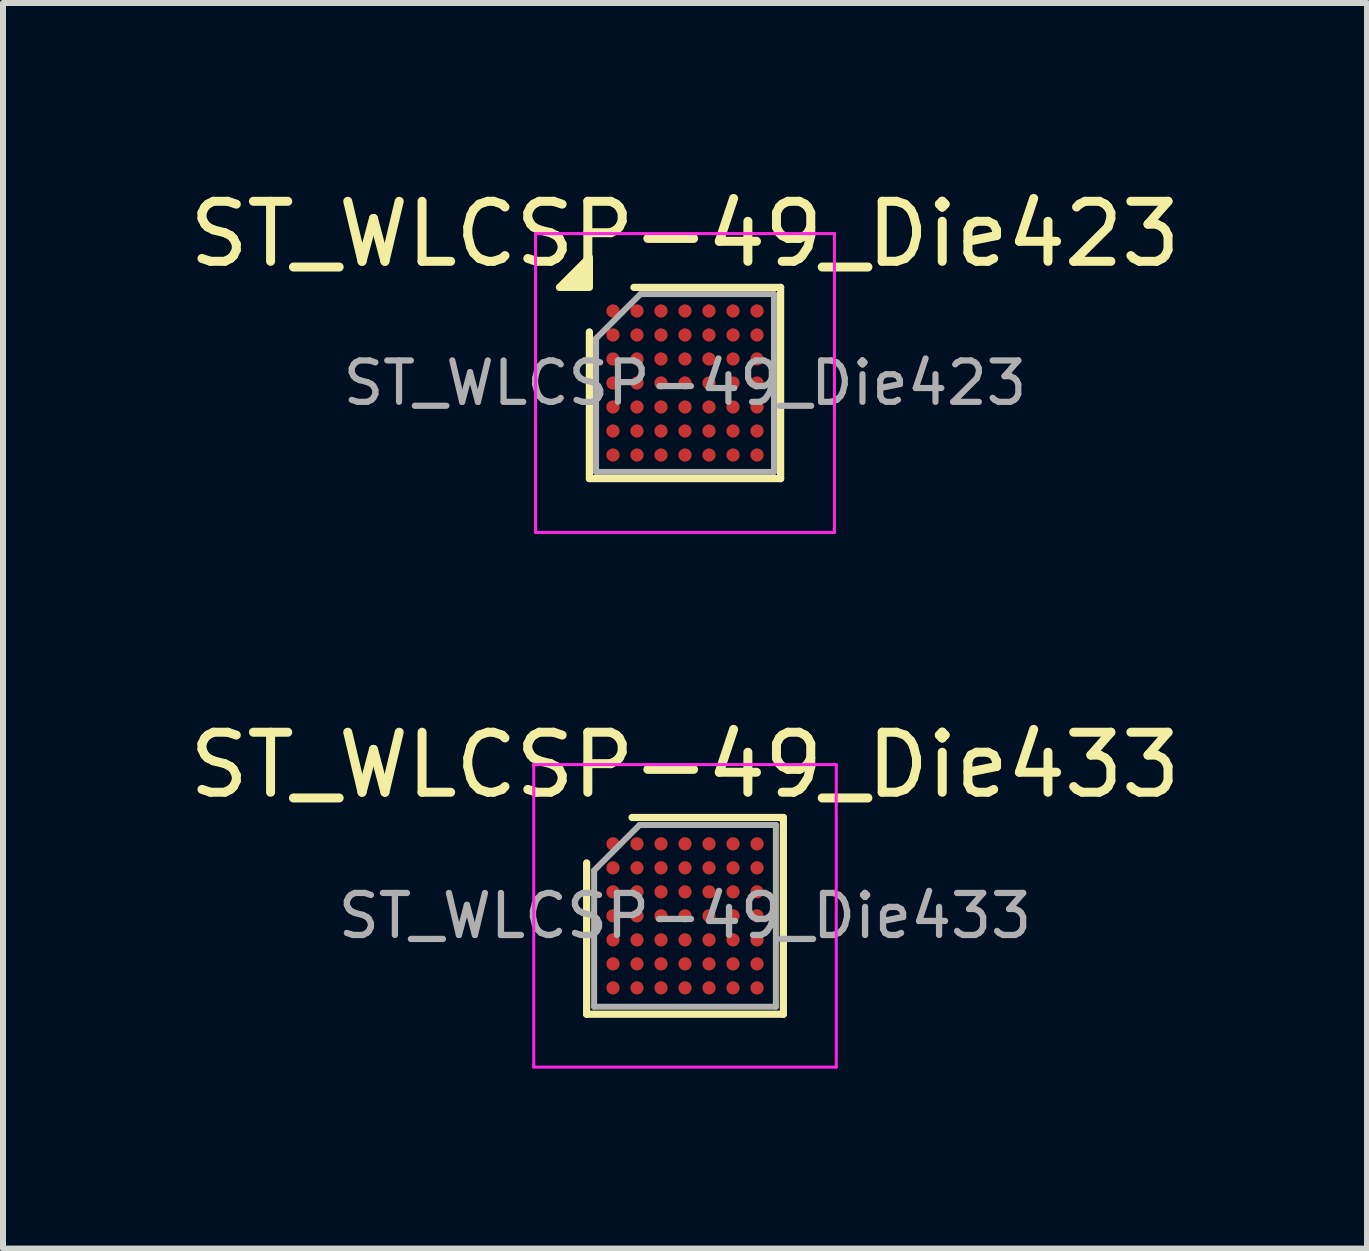
<source format=kicad_pcb>
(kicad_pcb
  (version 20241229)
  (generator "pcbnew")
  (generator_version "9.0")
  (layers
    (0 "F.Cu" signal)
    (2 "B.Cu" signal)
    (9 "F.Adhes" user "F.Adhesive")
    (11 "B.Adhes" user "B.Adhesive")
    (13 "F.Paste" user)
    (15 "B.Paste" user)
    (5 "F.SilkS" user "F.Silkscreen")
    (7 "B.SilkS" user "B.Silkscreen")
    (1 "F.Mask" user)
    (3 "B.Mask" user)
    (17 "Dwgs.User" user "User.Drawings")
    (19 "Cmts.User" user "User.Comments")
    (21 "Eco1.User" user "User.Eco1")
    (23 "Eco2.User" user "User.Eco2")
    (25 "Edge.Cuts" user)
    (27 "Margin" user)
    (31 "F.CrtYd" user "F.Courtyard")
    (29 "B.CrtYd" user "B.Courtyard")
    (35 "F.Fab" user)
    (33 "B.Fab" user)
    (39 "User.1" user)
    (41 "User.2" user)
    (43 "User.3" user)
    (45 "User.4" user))
  (footprint "ST_WLCSP-49_Die433"
    (layer "F.Cu")
    (at 8.363 12.209)
    (property "Reference" "ST_WLCSP-49_Die433" (at 0 -2.514 0) (layer "F.SilkS") (effects (font (size 1 1) (thickness 0.15))))
    (attr smd)
    (fp_line (start -1.639 1.639) (end -1.639 -0.882) (stroke (width 0.12) (type solid)) (layer "F.SilkS"))
    (fp_line (start -0.882 -1.639) (end 1.639 -1.639) (stroke (width 0.12) (type solid)) (layer "F.SilkS"))
    (fp_line (start 1.639 -1.639) (end 1.639 1.639) (stroke (width 0.12) (type solid)) (layer "F.SilkS"))
    (fp_line (start 1.639 1.639) (end -1.639 1.639) (stroke (width 0.12) (type solid)) (layer "F.SilkS"))
    (fp_line (start -2.52 -2.52) (end -2.52 2.52) (stroke (width 0.05) (type solid)) (layer "F.CrtYd"))
    (fp_line (start -2.52 2.52) (end 2.52 2.52) (stroke (width 0.05) (type solid)) (layer "F.CrtYd"))
    (fp_line (start 2.52 -2.52) (end -2.52 -2.52) (stroke (width 0.05) (type solid)) (layer "F.CrtYd"))
    (fp_line (start 2.52 2.52) (end 2.52 -2.52) (stroke (width 0.05) (type solid)) (layer "F.CrtYd"))
    (fp_line (start -1.514 -0.757) (end -0.757 -1.514) (stroke (width 0.1) (type solid)) (layer "F.Fab"))
    (fp_line (start -1.514 1.514) (end -1.514 -0.757) (stroke (width 0.1) (type solid)) (layer "F.Fab"))
    (fp_line (start -0.757 -1.514) (end 1.514 -1.514) (stroke (width 0.1) (type solid)) (layer "F.Fab"))
    (fp_line (start 1.514 -1.514) (end 1.514 1.514) (stroke (width 0.1) (type solid)) (layer "F.Fab"))
    (fp_line (start 1.514 1.514) (end -1.514 1.514) (stroke (width 0.1) (type solid)) (layer "F.Fab"))
    (fp_text user "${REFERENCE}" (at 0 0 0) (layer "F.Fab") (effects (font (size 0.7 0.7) (thickness 0.105))))
    (pad "A1" smd circle (at -1.2 -1.2) (size 0.22 0.22) (layers "F.Cu" "F.Mask" "F.Paste"))
    (pad "A2" smd circle (at -0.8 -1.2) (size 0.22 0.22) (layers "F.Cu" "F.Mask" "F.Paste"))
    (pad "A3" smd circle (at -0.4 -1.2) (size 0.22 0.22) (layers "F.Cu" "F.Mask" "F.Paste"))
    (pad "A4" smd circle (at 0 -1.2) (size 0.22 0.22) (layers "F.Cu" "F.Mask" "F.Paste"))
    (pad "A5" smd circle (at 0.4 -1.2) (size 0.22 0.22) (layers "F.Cu" "F.Mask" "F.Paste"))
    (pad "A6" smd circle (at 0.8 -1.2) (size 0.22 0.22) (layers "F.Cu" "F.Mask" "F.Paste"))
    (pad "A7" smd circle (at 1.2 -1.2) (size 0.22 0.22) (layers "F.Cu" "F.Mask" "F.Paste"))
    (pad "B1" smd circle (at -1.2 -0.8) (size 0.22 0.22) (layers "F.Cu" "F.Mask" "F.Paste"))
    (pad "B2" smd circle (at -0.8 -0.8) (size 0.22 0.22) (layers "F.Cu" "F.Mask" "F.Paste"))
    (pad "B3" smd circle (at -0.4 -0.8) (size 0.22 0.22) (layers "F.Cu" "F.Mask" "F.Paste"))
    (pad "B4" smd circle (at 0 -0.8) (size 0.22 0.22) (layers "F.Cu" "F.Mask" "F.Paste"))
    (pad "B5" smd circle (at 0.4 -0.8) (size 0.22 0.22) (layers "F.Cu" "F.Mask" "F.Paste"))
    (pad "B6" smd circle (at 0.8 -0.8) (size 0.22 0.22) (layers "F.Cu" "F.Mask" "F.Paste"))
    (pad "B7" smd circle (at 1.2 -0.8) (size 0.22 0.22) (layers "F.Cu" "F.Mask" "F.Paste"))
    (pad "C1" smd circle (at -1.2 -0.4) (size 0.22 0.22) (layers "F.Cu" "F.Mask" "F.Paste"))
    (pad "C2" smd circle (at -0.8 -0.4) (size 0.22 0.22) (layers "F.Cu" "F.Mask" "F.Paste"))
    (pad "C3" smd circle (at -0.4 -0.4) (size 0.22 0.22) (layers "F.Cu" "F.Mask" "F.Paste"))
    (pad "C4" smd circle (at 0 -0.4) (size 0.22 0.22) (layers "F.Cu" "F.Mask" "F.Paste"))
    (pad "C5" smd circle (at 0.4 -0.4) (size 0.22 0.22) (layers "F.Cu" "F.Mask" "F.Paste"))
    (pad "C6" smd circle (at 0.8 -0.4) (size 0.22 0.22) (layers "F.Cu" "F.Mask" "F.Paste"))
    (pad "C7" smd circle (at 1.2 -0.4) (size 0.22 0.22) (layers "F.Cu" "F.Mask" "F.Paste"))
    (pad "D1" smd circle (at -1.2 0) (size 0.22 0.22) (layers "F.Cu" "F.Mask" "F.Paste"))
    (pad "D2" smd circle (at -0.8 0) (size 0.22 0.22) (layers "F.Cu" "F.Mask" "F.Paste"))
    (pad "D3" smd circle (at -0.4 0) (size 0.22 0.22) (layers "F.Cu" "F.Mask" "F.Paste"))
    (pad "D4" smd circle (at 0 0) (size 0.22 0.22) (layers "F.Cu" "F.Mask" "F.Paste"))
    (pad "D5" smd circle (at 0.4 0) (size 0.22 0.22) (layers "F.Cu" "F.Mask" "F.Paste"))
    (pad "D6" smd circle (at 0.8 0) (size 0.22 0.22) (layers "F.Cu" "F.Mask" "F.Paste"))
    (pad "D7" smd circle (at 1.2 0) (size 0.22 0.22) (layers "F.Cu" "F.Mask" "F.Paste"))
    (pad "E1" smd circle (at -1.2 0.4) (size 0.22 0.22) (layers "F.Cu" "F.Mask" "F.Paste"))
    (pad "E2" smd circle (at -0.8 0.4) (size 0.22 0.22) (layers "F.Cu" "F.Mask" "F.Paste"))
    (pad "E3" smd circle (at -0.4 0.4) (size 0.22 0.22) (layers "F.Cu" "F.Mask" "F.Paste"))
    (pad "E4" smd circle (at 0 0.4) (size 0.22 0.22) (layers "F.Cu" "F.Mask" "F.Paste"))
    (pad "E5" smd circle (at 0.4 0.4) (size 0.22 0.22) (layers "F.Cu" "F.Mask" "F.Paste"))
    (pad "E6" smd circle (at 0.8 0.4) (size 0.22 0.22) (layers "F.Cu" "F.Mask" "F.Paste"))
    (pad "E7" smd circle (at 1.2 0.4) (size 0.22 0.22) (layers "F.Cu" "F.Mask" "F.Paste"))
    (pad "F1" smd circle (at -1.2 0.8) (size 0.22 0.22) (layers "F.Cu" "F.Mask" "F.Paste"))
    (pad "F2" smd circle (at -0.8 0.8) (size 0.22 0.22) (layers "F.Cu" "F.Mask" "F.Paste"))
    (pad "F3" smd circle (at -0.4 0.8) (size 0.22 0.22) (layers "F.Cu" "F.Mask" "F.Paste"))
    (pad "F4" smd circle (at 0 0.8) (size 0.22 0.22) (layers "F.Cu" "F.Mask" "F.Paste"))
    (pad "F5" smd circle (at 0.4 0.8) (size 0.22 0.22) (layers "F.Cu" "F.Mask" "F.Paste"))
    (pad "F6" smd circle (at 0.8 0.8) (size 0.22 0.22) (layers "F.Cu" "F.Mask" "F.Paste"))
    (pad "F7" smd circle (at 1.2 0.8) (size 0.22 0.22) (layers "F.Cu" "F.Mask" "F.Paste"))
    (pad "G1" smd circle (at -1.2 1.2) (size 0.22 0.22) (layers "F.Cu" "F.Mask" "F.Paste"))
    (pad "G2" smd circle (at -0.8 1.2) (size 0.22 0.22) (layers "F.Cu" "F.Mask" "F.Paste"))
    (pad "G3" smd circle (at -0.4 1.2) (size 0.22 0.22) (layers "F.Cu" "F.Mask" "F.Paste"))
    (pad "G4" smd circle (at 0 1.2) (size 0.22 0.22) (layers "F.Cu" "F.Mask" "F.Paste"))
    (pad "G5" smd circle (at 0.4 1.2) (size 0.22 0.22) (layers "F.Cu" "F.Mask" "F.Paste"))
    (pad "G6" smd circle (at 0.8 1.2) (size 0.22 0.22) (layers "F.Cu" "F.Mask" "F.Paste"))
    (pad "G7" smd circle (at 1.2 1.2) (size 0.22 0.22) (layers "F.Cu" "F.Mask" "F.Paste")))
  (footprint "ST_WLCSP-49_Die423"
    (layer "F.Cu")
    (at 8.363 3.331)
    (property "Reference" "ST_WLCSP-49_Die423" (at 0 -2.482 0) (layer "F.SilkS") (effects (font (size 1 1) (thickness 0.15))))
    (attr smd)
    (fp_line (start -1.593 1.593) (end -1.593 -0.851) (stroke (width 0.12) (type solid)) (layer "F.SilkS"))
    (fp_line (start -0.851 -1.593) (end 1.593 -1.593) (stroke (width 0.12) (type solid)) (layer "F.SilkS"))
    (fp_line (start 1.593 -1.593) (end 1.593 1.593) (stroke (width 0.12) (type solid)) (layer "F.SilkS"))
    (fp_line (start 1.593 1.593) (end -1.593 1.593) (stroke (width 0.12) (type solid)) (layer "F.SilkS"))
    (fp_poly (pts (xy -1.593 -1.593) (xy -2.092 -1.593) (xy -1.593 -2.092) (xy -1.593 -1.593)) (stroke (width 0.12) (type solid)) (fill yes) (layer "F.SilkS"))
    (fp_line (start -2.49 -2.49) (end -2.49 2.49) (stroke (width 0.05) (type solid)) (layer "F.CrtYd"))
    (fp_line (start -2.49 2.49) (end 2.49 2.49) (stroke (width 0.05) (type solid)) (layer "F.CrtYd"))
    (fp_line (start 2.49 -2.49) (end -2.49 -2.49) (stroke (width 0.05) (type solid)) (layer "F.CrtYd"))
    (fp_line (start 2.49 2.49) (end 2.49 -2.49) (stroke (width 0.05) (type solid)) (layer "F.CrtYd"))
    (fp_line (start -1.482 -0.741) (end -0.741 -1.482) (stroke (width 0.1) (type solid)) (layer "F.Fab"))
    (fp_line (start -1.482 1.482) (end -1.482 -0.741) (stroke (width 0.1) (type solid)) (layer "F.Fab"))
    (fp_line (start -0.741 -1.482) (end 1.482 -1.482) (stroke (width 0.1) (type solid)) (layer "F.Fab"))
    (fp_line (start 1.482 -1.482) (end 1.482 1.482) (stroke (width 0.1) (type solid)) (layer "F.Fab"))
    (fp_line (start 1.482 1.482) (end -1.482 1.482) (stroke (width 0.1) (type solid)) (layer "F.Fab"))
    (fp_text user "${REFERENCE}" (at 0 0 0) (layer "F.Fab") (effects (font (size 0.69 0.69) (thickness 0.103))))
    (pad "A1" smd circle (at -1.2 -1.2) (size 0.22 0.22) (property pad_prop_bga) (layers "F.Cu" "F.Mask" "F.Paste"))
    (pad "A2" smd circle (at -0.8 -1.2) (size 0.22 0.22) (property pad_prop_bga) (layers "F.Cu" "F.Mask" "F.Paste"))
    (pad "A3" smd circle (at -0.4 -1.2) (size 0.22 0.22) (property pad_prop_bga) (layers "F.Cu" "F.Mask" "F.Paste"))
    (pad "A4" smd circle (at 0 -1.2) (size 0.22 0.22) (property pad_prop_bga) (layers "F.Cu" "F.Mask" "F.Paste"))
    (pad "A5" smd circle (at 0.4 -1.2) (size 0.22 0.22) (property pad_prop_bga) (layers "F.Cu" "F.Mask" "F.Paste"))
    (pad "A6" smd circle (at 0.8 -1.2) (size 0.22 0.22) (property pad_prop_bga) (layers "F.Cu" "F.Mask" "F.Paste"))
    (pad "A7" smd circle (at 1.2 -1.2) (size 0.22 0.22) (property pad_prop_bga) (layers "F.Cu" "F.Mask" "F.Paste"))
    (pad "B1" smd circle (at -1.2 -0.8) (size 0.22 0.22) (property pad_prop_bga) (layers "F.Cu" "F.Mask" "F.Paste"))
    (pad "B2" smd circle (at -0.8 -0.8) (size 0.22 0.22) (property pad_prop_bga) (layers "F.Cu" "F.Mask" "F.Paste"))
    (pad "B3" smd circle (at -0.4 -0.8) (size 0.22 0.22) (property pad_prop_bga) (layers "F.Cu" "F.Mask" "F.Paste"))
    (pad "B4" smd circle (at 0 -0.8) (size 0.22 0.22) (property pad_prop_bga) (layers "F.Cu" "F.Mask" "F.Paste"))
    (pad "B5" smd circle (at 0.4 -0.8) (size 0.22 0.22) (property pad_prop_bga) (layers "F.Cu" "F.Mask" "F.Paste"))
    (pad "B6" smd circle (at 0.8 -0.8) (size 0.22 0.22) (property pad_prop_bga) (layers "F.Cu" "F.Mask" "F.Paste"))
    (pad "B7" smd circle (at 1.2 -0.8) (size 0.22 0.22) (property pad_prop_bga) (layers "F.Cu" "F.Mask" "F.Paste"))
    (pad "C1" smd circle (at -1.2 -0.4) (size 0.22 0.22) (property pad_prop_bga) (layers "F.Cu" "F.Mask" "F.Paste"))
    (pad "C2" smd circle (at -0.8 -0.4) (size 0.22 0.22) (property pad_prop_bga) (layers "F.Cu" "F.Mask" "F.Paste"))
    (pad "C3" smd circle (at -0.4 -0.4) (size 0.22 0.22) (property pad_prop_bga) (layers "F.Cu" "F.Mask" "F.Paste"))
    (pad "C4" smd circle (at 0 -0.4) (size 0.22 0.22) (property pad_prop_bga) (layers "F.Cu" "F.Mask" "F.Paste"))
    (pad "C5" smd circle (at 0.4 -0.4) (size 0.22 0.22) (property pad_prop_bga) (layers "F.Cu" "F.Mask" "F.Paste"))
    (pad "C6" smd circle (at 0.8 -0.4) (size 0.22 0.22) (property pad_prop_bga) (layers "F.Cu" "F.Mask" "F.Paste"))
    (pad "C7" smd circle (at 1.2 -0.4) (size 0.22 0.22) (property pad_prop_bga) (layers "F.Cu" "F.Mask" "F.Paste"))
    (pad "D1" smd circle (at -1.2 0) (size 0.22 0.22) (property pad_prop_bga) (layers "F.Cu" "F.Mask" "F.Paste"))
    (pad "D2" smd circle (at -0.8 0) (size 0.22 0.22) (property pad_prop_bga) (layers "F.Cu" "F.Mask" "F.Paste"))
    (pad "D3" smd circle (at -0.4 0) (size 0.22 0.22) (property pad_prop_bga) (layers "F.Cu" "F.Mask" "F.Paste"))
    (pad "D4" smd circle (at 0 0) (size 0.22 0.22) (property pad_prop_bga) (layers "F.Cu" "F.Mask" "F.Paste"))
    (pad "D5" smd circle (at 0.4 0) (size 0.22 0.22) (property pad_prop_bga) (layers "F.Cu" "F.Mask" "F.Paste"))
    (pad "D6" smd circle (at 0.8 0) (size 0.22 0.22) (property pad_prop_bga) (layers "F.Cu" "F.Mask" "F.Paste"))
    (pad "D7" smd circle (at 1.2 0) (size 0.22 0.22) (property pad_prop_bga) (layers "F.Cu" "F.Mask" "F.Paste"))
    (pad "E1" smd circle (at -1.2 0.4) (size 0.22 0.22) (property pad_prop_bga) (layers "F.Cu" "F.Mask" "F.Paste"))
    (pad "E2" smd circle (at -0.8 0.4) (size 0.22 0.22) (property pad_prop_bga) (layers "F.Cu" "F.Mask" "F.Paste"))
    (pad "E3" smd circle (at -0.4 0.4) (size 0.22 0.22) (property pad_prop_bga) (layers "F.Cu" "F.Mask" "F.Paste"))
    (pad "E4" smd circle (at 0 0.4) (size 0.22 0.22) (property pad_prop_bga) (layers "F.Cu" "F.Mask" "F.Paste"))
    (pad "E5" smd circle (at 0.4 0.4) (size 0.22 0.22) (property pad_prop_bga) (layers "F.Cu" "F.Mask" "F.Paste"))
    (pad "E6" smd circle (at 0.8 0.4) (size 0.22 0.22) (property pad_prop_bga) (layers "F.Cu" "F.Mask" "F.Paste"))
    (pad "E7" smd circle (at 1.2 0.4) (size 0.22 0.22) (property pad_prop_bga) (layers "F.Cu" "F.Mask" "F.Paste"))
    (pad "F1" smd circle (at -1.2 0.8) (size 0.22 0.22) (property pad_prop_bga) (layers "F.Cu" "F.Mask" "F.Paste"))
    (pad "F2" smd circle (at -0.8 0.8) (size 0.22 0.22) (property pad_prop_bga) (layers "F.Cu" "F.Mask" "F.Paste"))
    (pad "F3" smd circle (at -0.4 0.8) (size 0.22 0.22) (property pad_prop_bga) (layers "F.Cu" "F.Mask" "F.Paste"))
    (pad "F4" smd circle (at 0 0.8) (size 0.22 0.22) (property pad_prop_bga) (layers "F.Cu" "F.Mask" "F.Paste"))
    (pad "F5" smd circle (at 0.4 0.8) (size 0.22 0.22) (property pad_prop_bga) (layers "F.Cu" "F.Mask" "F.Paste"))
    (pad "F6" smd circle (at 0.8 0.8) (size 0.22 0.22) (property pad_prop_bga) (layers "F.Cu" "F.Mask" "F.Paste"))
    (pad "F7" smd circle (at 1.2 0.8) (size 0.22 0.22) (property pad_prop_bga) (layers "F.Cu" "F.Mask" "F.Paste"))
    (pad "G1" smd circle (at -1.2 1.2) (size 0.22 0.22) (property pad_prop_bga) (layers "F.Cu" "F.Mask" "F.Paste"))
    (pad "G2" smd circle (at -0.8 1.2) (size 0.22 0.22) (property pad_prop_bga) (layers "F.Cu" "F.Mask" "F.Paste"))
    (pad "G3" smd circle (at -0.4 1.2) (size 0.22 0.22) (property pad_prop_bga) (layers "F.Cu" "F.Mask" "F.Paste"))
    (pad "G4" smd circle (at 0 1.2) (size 0.22 0.22) (property pad_prop_bga) (layers "F.Cu" "F.Mask" "F.Paste"))
    (pad "G5" smd circle (at 0.4 1.2) (size 0.22 0.22) (property pad_prop_bga) (layers "F.Cu" "F.Mask" "F.Paste"))
    (pad "G6" smd circle (at 0.8 1.2) (size 0.22 0.22) (property pad_prop_bga) (layers "F.Cu" "F.Mask" "F.Paste"))
    (pad "G7" smd circle (at 1.2 1.2) (size 0.22 0.22) (property pad_prop_bga) (layers "F.Cu" "F.Mask" "F.Paste")))
  (gr_rect
    (start -3 -3)
    (end 19.726 17.753)
    (stroke (width 0.1) (type default))
    (fill no)
    (layer "Edge.Cuts")))
</source>
